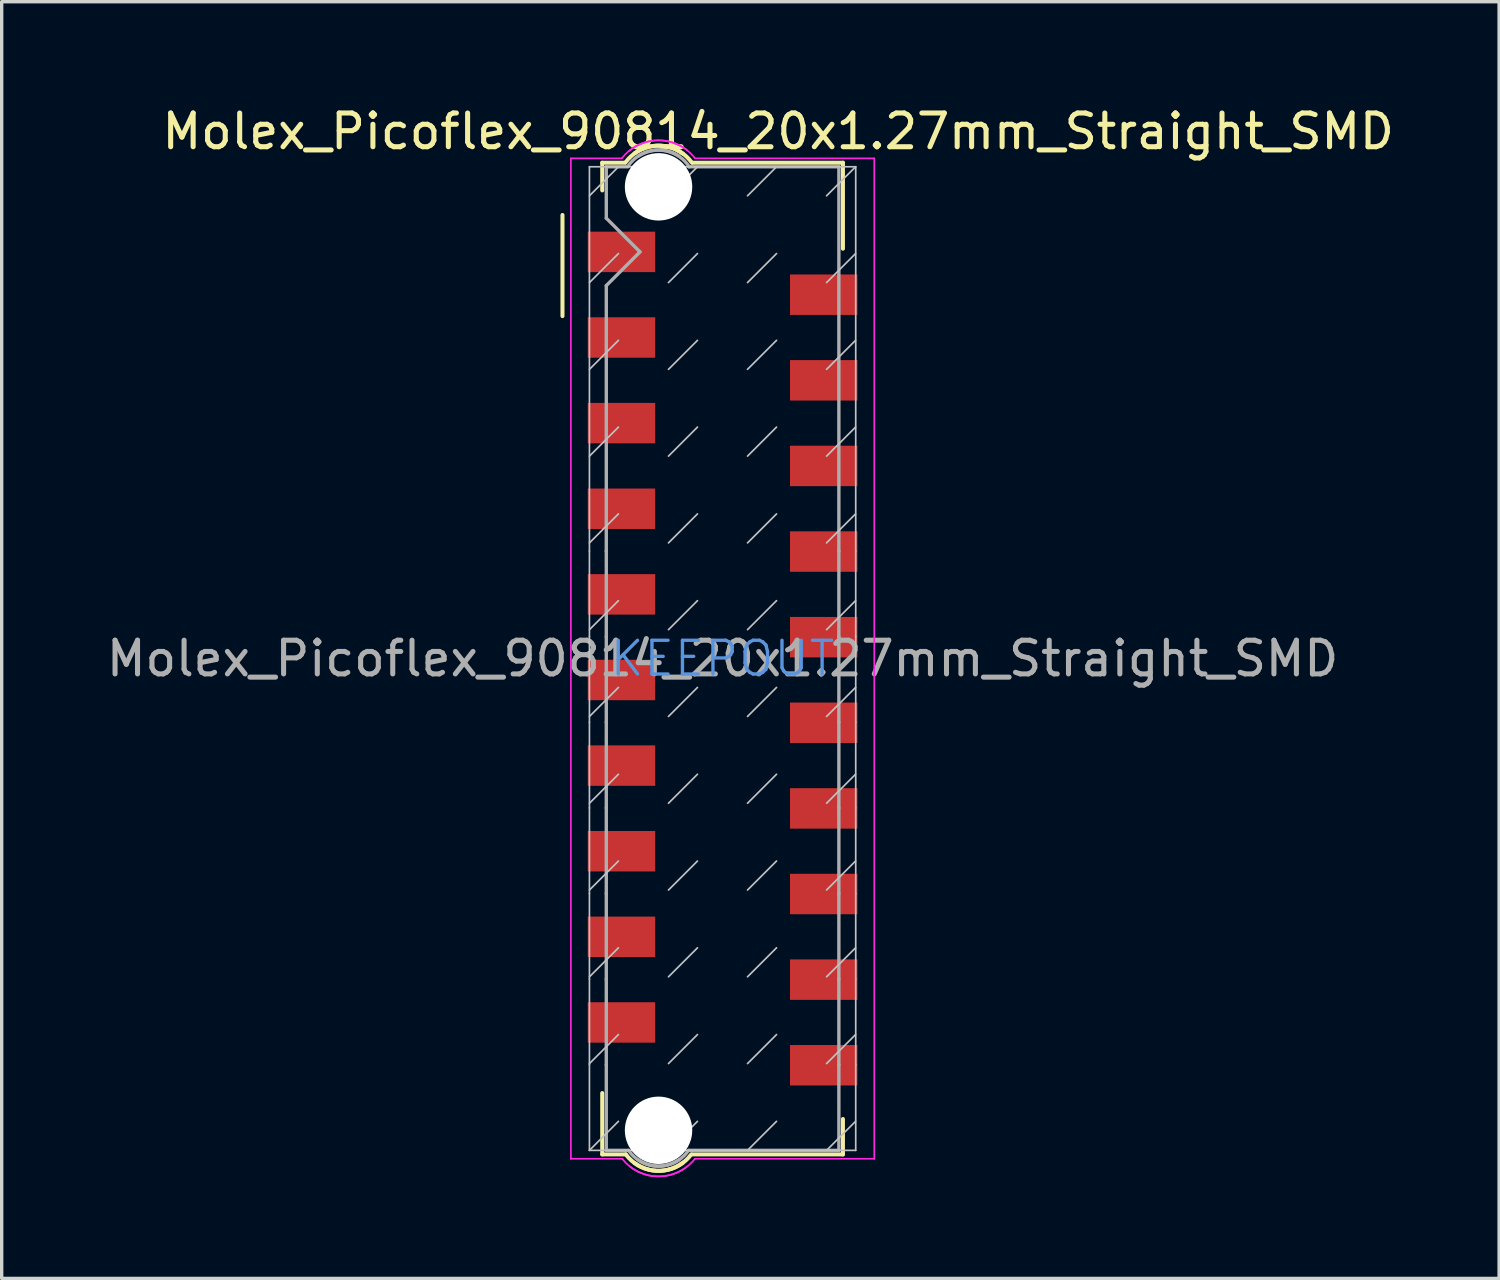
<source format=kicad_pcb>
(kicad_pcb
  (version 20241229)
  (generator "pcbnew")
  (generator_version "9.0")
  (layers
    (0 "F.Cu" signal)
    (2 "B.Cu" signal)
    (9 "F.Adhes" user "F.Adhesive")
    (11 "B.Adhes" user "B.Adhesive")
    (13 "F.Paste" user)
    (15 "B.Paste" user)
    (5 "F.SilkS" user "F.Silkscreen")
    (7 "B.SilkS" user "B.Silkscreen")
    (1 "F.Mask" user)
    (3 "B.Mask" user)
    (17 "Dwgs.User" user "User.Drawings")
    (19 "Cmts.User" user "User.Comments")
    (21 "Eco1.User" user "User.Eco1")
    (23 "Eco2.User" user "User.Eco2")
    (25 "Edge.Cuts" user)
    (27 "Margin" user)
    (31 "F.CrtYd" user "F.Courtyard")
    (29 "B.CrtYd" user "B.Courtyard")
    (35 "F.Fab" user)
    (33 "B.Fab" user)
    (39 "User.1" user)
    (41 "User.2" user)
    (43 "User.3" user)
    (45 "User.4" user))
  (footprint "Molex_Picoflex_90814_20x1.27mm_Straight_SMD"
    (layer "F.Cu")
    (at 18.387 16.488)
    (property "Reference" "Molex_Picoflex_90814_20x1.27mm_Straight_SMD" (at 1.65 -15.64 0) (layer "F.SilkS") (effects (font (size 1 1) (thickness 0.15))))
    (attr smd)
    (fp_line (start -4.75 -13.16) (end -4.75 -10.16) (stroke (width 0.12) (type solid)) (layer "F.SilkS"))
    (fp_line (start -3.57 -14.71) (end -2.89 -14.71) (stroke (width 0.12) (type solid)) (layer "F.SilkS"))
    (fp_line (start -3.57 -13.89) (end -3.57 -14.71) (stroke (width 0.12) (type solid)) (layer "F.SilkS"))
    (fp_line (start -3.57 14.71) (end -3.57 12.89) (stroke (width 0.12) (type solid)) (layer "F.SilkS"))
    (fp_line (start -2.87 14.71) (end -3.57 14.71) (stroke (width 0.12) (type solid)) (layer "F.SilkS"))
    (fp_line (start -0.89 -14.71) (end 3.57 -14.71) (stroke (width 0.12) (type solid)) (layer "F.SilkS"))
    (fp_line (start 3.57 -14.71) (end 3.57 -12.16) (stroke (width 0.12) (type solid)) (layer "F.SilkS"))
    (fp_line (start 3.57 13.66) (end 3.57 14.71) (stroke (width 0.12) (type solid)) (layer "F.SilkS"))
    (fp_line (start 3.57 14.71) (end -0.9 14.71) (stroke (width 0.12) (type solid)) (layer "F.SilkS"))
    (fp_arc (start -2.88 -14.72) (mid -2.083848 -15.202082) (end -1.18 -14.98) (stroke (width 0.12) (type solid)) (layer "F.SilkS"))
    (fp_arc (start -2.61 -14.99) (mid -1.70201 -15.202082) (end -0.91 -14.71) (stroke (width 0.12) (type solid)) (layer "F.SilkS"))
    (fp_arc (start -1.18 14.96) (mid -2.076777 15.18501) (end -2.87 14.71) (stroke (width 0.12) (type solid)) (layer "F.SilkS"))
    (fp_arc (start -0.93 14.71) (mid -1.723223 15.18501) (end -2.62 14.96) (stroke (width 0.12) (type solid)) (layer "F.SilkS"))
    (fp_line (start -3.95 -13.73) (end -3.09 -14.59) (stroke (width 0.05) (type solid)) (layer "Dwgs.User"))
    (fp_line (start -3.95 -11.155) (end -3.09 -12.015) (stroke (width 0.05) (type solid)) (layer "Dwgs.User"))
    (fp_line (start -3.95 -8.581) (end -3.09 -9.441) (stroke (width 0.05) (type solid)) (layer "Dwgs.User"))
    (fp_line (start -3.95 -6.006) (end -3.09 -6.867) (stroke (width 0.05) (type solid)) (layer "Dwgs.User"))
    (fp_line (start -3.95 -3.432) (end -3.09 -4.292) (stroke (width 0.05) (type solid)) (layer "Dwgs.User"))
    (fp_line (start -3.95 -3.19) (end -3.95 -14.59) (stroke (width 0.05) (type solid)) (layer "Dwgs.User"))
    (fp_line (start -3.95 -0.858) (end -3.09 -1.718) (stroke (width 0.05) (type solid)) (layer "Dwgs.User"))
    (fp_line (start -3.95 -0.65) (end -3.95 -3.19) (stroke (width 0.05) (type solid)) (layer "Dwgs.User"))
    (fp_line (start -3.95 1.717) (end -3.09 0.857) (stroke (width 0.05) (type solid)) (layer "Dwgs.User"))
    (fp_line (start -3.95 1.89) (end -3.95 -0.65) (stroke (width 0.05) (type solid)) (layer "Dwgs.User"))
    (fp_line (start -3.95 1.89) (end -3.95 4.43) (stroke (width 0.05) (type solid)) (layer "Dwgs.User"))
    (fp_line (start -3.95 4.292) (end -3.09 3.432) (stroke (width 0.05) (type solid)) (layer "Dwgs.User"))
    (fp_line (start -3.95 4.43) (end -3.95 6.97) (stroke (width 0.05) (type solid)) (layer "Dwgs.User"))
    (fp_line (start -3.95 6.866) (end -3.09 6.006) (stroke (width 0.05) (type solid)) (layer "Dwgs.User"))
    (fp_line (start -3.95 6.97) (end -3.95 9.51) (stroke (width 0.05) (type solid)) (layer "Dwgs.User"))
    (fp_line (start -3.95 9.441) (end -3.09 8.581) (stroke (width 0.05) (type solid)) (layer "Dwgs.User"))
    (fp_line (start -3.95 12.015) (end -3.09 11.155) (stroke (width 0.05) (type solid)) (layer "Dwgs.User"))
    (fp_line (start -3.95 12.05) (end -3.95 9.51) (stroke (width 0.05) (type solid)) (layer "Dwgs.User"))
    (fp_line (start -3.95 12.05) (end -3.95 14.59) (stroke (width 0.05) (type solid)) (layer "Dwgs.User"))
    (fp_line (start -3.95 14.589) (end -3.09 13.729) (stroke (width 0.05) (type solid)) (layer "Dwgs.User"))
    (fp_line (start -3.95 14.59) (end 3.95 14.59) (stroke (width 0.05) (type solid)) (layer "Dwgs.User"))
    (fp_line (start -1.605 -13.73) (end -0.745 -14.59) (stroke (width 0.05) (type solid)) (layer "Dwgs.User"))
    (fp_line (start -1.605 -11.155) (end -0.745 -12.015) (stroke (width 0.05) (type solid)) (layer "Dwgs.User"))
    (fp_line (start -1.605 -8.581) (end -0.745 -9.441) (stroke (width 0.05) (type solid)) (layer "Dwgs.User"))
    (fp_line (start -1.605 -6.006) (end -0.745 -6.867) (stroke (width 0.05) (type solid)) (layer "Dwgs.User"))
    (fp_line (start -1.605 -3.432) (end -0.745 -4.292) (stroke (width 0.05) (type solid)) (layer "Dwgs.User"))
    (fp_line (start -1.605 -0.858) (end -0.745 -1.718) (stroke (width 0.05) (type solid)) (layer "Dwgs.User"))
    (fp_line (start -1.605 1.717) (end -0.745 0.857) (stroke (width 0.05) (type solid)) (layer "Dwgs.User"))
    (fp_line (start -1.605 4.292) (end -0.745 3.432) (stroke (width 0.05) (type solid)) (layer "Dwgs.User"))
    (fp_line (start -1.605 6.866) (end -0.745 6.006) (stroke (width 0.05) (type solid)) (layer "Dwgs.User"))
    (fp_line (start -1.605 9.441) (end -0.745 8.581) (stroke (width 0.05) (type solid)) (layer "Dwgs.User"))
    (fp_line (start -1.605 12.015) (end -0.745 11.155) (stroke (width 0.05) (type solid)) (layer "Dwgs.User"))
    (fp_line (start -1.605 14.589) (end -0.745 13.729) (stroke (width 0.05) (type solid)) (layer "Dwgs.User"))
    (fp_line (start 0.74 -13.73) (end 1.6 -14.59) (stroke (width 0.05) (type solid)) (layer "Dwgs.User"))
    (fp_line (start 0.74 -11.155) (end 1.6 -12.015) (stroke (width 0.05) (type solid)) (layer "Dwgs.User"))
    (fp_line (start 0.74 -8.581) (end 1.6 -9.441) (stroke (width 0.05) (type solid)) (layer "Dwgs.User"))
    (fp_line (start 0.74 -6.006) (end 1.6 -6.867) (stroke (width 0.05) (type solid)) (layer "Dwgs.User"))
    (fp_line (start 0.74 -3.432) (end 1.6 -4.292) (stroke (width 0.05) (type solid)) (layer "Dwgs.User"))
    (fp_line (start 0.74 -0.858) (end 1.6 -1.718) (stroke (width 0.05) (type solid)) (layer "Dwgs.User"))
    (fp_line (start 0.74 1.717) (end 1.6 0.857) (stroke (width 0.05) (type solid)) (layer "Dwgs.User"))
    (fp_line (start 0.74 4.292) (end 1.6 3.432) (stroke (width 0.05) (type solid)) (layer "Dwgs.User"))
    (fp_line (start 0.74 6.866) (end 1.6 6.006) (stroke (width 0.05) (type solid)) (layer "Dwgs.User"))
    (fp_line (start 0.74 9.441) (end 1.6 8.581) (stroke (width 0.05) (type solid)) (layer "Dwgs.User"))
    (fp_line (start 0.74 12.015) (end 1.6 11.155) (stroke (width 0.05) (type solid)) (layer "Dwgs.User"))
    (fp_line (start 0.74 14.589) (end 1.6 13.729) (stroke (width 0.05) (type solid)) (layer "Dwgs.User"))
    (fp_line (start 3.085 -13.73) (end 3.945 -14.59) (stroke (width 0.05) (type solid)) (layer "Dwgs.User"))
    (fp_line (start 3.085 -11.155) (end 3.945 -12.015) (stroke (width 0.05) (type solid)) (layer "Dwgs.User"))
    (fp_line (start 3.085 -8.581) (end 3.945 -9.441) (stroke (width 0.05) (type solid)) (layer "Dwgs.User"))
    (fp_line (start 3.085 -6.006) (end 3.945 -6.867) (stroke (width 0.05) (type solid)) (layer "Dwgs.User"))
    (fp_line (start 3.085 -3.432) (end 3.945 -4.292) (stroke (width 0.05) (type solid)) (layer "Dwgs.User"))
    (fp_line (start 3.085 -0.858) (end 3.945 -1.718) (stroke (width 0.05) (type solid)) (layer "Dwgs.User"))
    (fp_line (start 3.085 1.717) (end 3.945 0.857) (stroke (width 0.05) (type solid)) (layer "Dwgs.User"))
    (fp_line (start 3.085 4.292) (end 3.945 3.432) (stroke (width 0.05) (type solid)) (layer "Dwgs.User"))
    (fp_line (start 3.085 6.866) (end 3.945 6.006) (stroke (width 0.05) (type solid)) (layer "Dwgs.User"))
    (fp_line (start 3.085 9.441) (end 3.945 8.581) (stroke (width 0.05) (type solid)) (layer "Dwgs.User"))
    (fp_line (start 3.085 12.015) (end 3.945 11.155) (stroke (width 0.05) (type solid)) (layer "Dwgs.User"))
    (fp_line (start 3.085 14.589) (end 3.945 13.729) (stroke (width 0.05) (type solid)) (layer "Dwgs.User"))
    (fp_line (start 3.95 -14.59) (end -3.95 -14.59) (stroke (width 0.05) (type solid)) (layer "Dwgs.User"))
    (fp_line (start 3.95 -14.59) (end 3.95 -3.19) (stroke (width 0.05) (type solid)) (layer "Dwgs.User"))
    (fp_line (start 3.95 -3.19) (end 3.95 -0.65) (stroke (width 0.05) (type solid)) (layer "Dwgs.User"))
    (fp_line (start 3.95 -0.65) (end 3.95 1.89) (stroke (width 0.05) (type solid)) (layer "Dwgs.User"))
    (fp_line (start 3.95 1.89) (end 3.95 4.43) (stroke (width 0.05) (type solid)) (layer "Dwgs.User"))
    (fp_line (start 3.95 6.97) (end 3.95 4.43) (stroke (width 0.05) (type solid)) (layer "Dwgs.User"))
    (fp_line (start 3.95 6.97) (end 3.95 9.51) (stroke (width 0.05) (type solid)) (layer "Dwgs.User"))
    (fp_line (start 3.95 12.05) (end 3.95 9.51) (stroke (width 0.05) (type solid)) (layer "Dwgs.User"))
    (fp_line (start 3.95 14.59) (end 3.95 12.05) (stroke (width 0.05) (type solid)) (layer "Dwgs.User"))
    (fp_line (start -4.5 -14.84) (end -4.5 14.84) (stroke (width 0.05) (type solid)) (layer "F.CrtYd"))
    (fp_line (start -4.5 14.84) (end -2.97 14.84) (stroke (width 0.05) (type solid)) (layer "F.CrtYd"))
    (fp_line (start -2.99 -14.84) (end -4.5 -14.84) (stroke (width 0.05) (type solid)) (layer "F.CrtYd"))
    (fp_line (start -0.82 -14.84) (end 4.5 -14.84) (stroke (width 0.05) (type solid)) (layer "F.CrtYd"))
    (fp_line (start 4.5 -14.84) (end 4.5 14.84) (stroke (width 0.05) (type solid)) (layer "F.CrtYd"))
    (fp_line (start 4.5 14.84) (end -0.82 14.84) (stroke (width 0.05) (type solid)) (layer "F.CrtYd"))
    (fp_arc (start -2.99 -14.84) (mid -2.076777 -15.364716) (end -1.06 -15.09) (stroke (width 0.05) (type solid)) (layer "F.CrtYd"))
    (fp_arc (start -2.76 -15.07) (mid -1.751508 -15.364716) (end -0.83 -14.86) (stroke (width 0.05) (type solid)) (layer "F.CrtYd"))
    (fp_arc (start -1.04 15.06) (mid -2.048492 15.354716) (end -2.97 14.85) (stroke (width 0.05) (type solid)) (layer "F.CrtYd"))
    (fp_arc (start -0.82 14.84) (mid -1.737365 15.354716) (end -2.75 15.07) (stroke (width 0.05) (type solid)) (layer "F.CrtYd"))
    (fp_line (start -3.45 -14.59) (end -3.45 -13.065) (stroke (width 0.1) (type solid)) (layer "F.Fab"))
    (fp_line (start -3.45 -14.59) (end -2.81 -14.59) (stroke (width 0.1) (type solid)) (layer "F.Fab"))
    (fp_line (start -3.45 -11.065) (end -2.45 -12.065) (stroke (width 0.1) (type solid)) (layer "F.Fab"))
    (fp_line (start -3.45 -3.19) (end -3.45 -11.065) (stroke (width 0.1) (type solid)) (layer "F.Fab"))
    (fp_line (start -3.45 -3.19) (end -3.45 -0.65) (stroke (width 0.1) (type solid)) (layer "F.Fab"))
    (fp_line (start -3.45 -0.65) (end -3.45 1.89) (stroke (width 0.1) (type solid)) (layer "F.Fab"))
    (fp_line (start -3.45 1.89) (end -3.45 4.43) (stroke (width 0.1) (type solid)) (layer "F.Fab"))
    (fp_line (start -3.45 4.43) (end -3.45 6.97) (stroke (width 0.1) (type solid)) (layer "F.Fab"))
    (fp_line (start -3.45 6.97) (end -3.45 9.51) (stroke (width 0.1) (type solid)) (layer "F.Fab"))
    (fp_line (start -3.45 9.51) (end -3.45 12.05) (stroke (width 0.1) (type solid)) (layer "F.Fab"))
    (fp_line (start -3.45 12.05) (end -3.45 14.59) (stroke (width 0.1) (type solid)) (layer "F.Fab"))
    (fp_line (start -3.45 14.59) (end -2.79 14.59) (stroke (width 0.1) (type solid)) (layer "F.Fab"))
    (fp_line (start -2.45 -12.065) (end -3.45 -13.065) (stroke (width 0.1) (type solid)) (layer "F.Fab"))
    (fp_line (start -1 -14.59) (end 3.45 -14.59) (stroke (width 0.1) (type solid)) (layer "F.Fab"))
    (fp_line (start 3.45 -14.59) (end 3.45 -3.19) (stroke (width 0.1) (type solid)) (layer "F.Fab"))
    (fp_line (start 3.45 -3.19) (end 3.45 -0.65) (stroke (width 0.1) (type solid)) (layer "F.Fab"))
    (fp_line (start 3.45 -0.65) (end 3.45 1.89) (stroke (width 0.1) (type solid)) (layer "F.Fab"))
    (fp_line (start 3.45 1.89) (end 3.45 4.43) (stroke (width 0.1) (type solid)) (layer "F.Fab"))
    (fp_line (start 3.45 4.43) (end 3.45 6.97) (stroke (width 0.1) (type solid)) (layer "F.Fab"))
    (fp_line (start 3.45 6.97) (end 3.45 9.51) (stroke (width 0.1) (type solid)) (layer "F.Fab"))
    (fp_line (start 3.45 9.51) (end 3.45 12.05) (stroke (width 0.1) (type solid)) (layer "F.Fab"))
    (fp_line (start 3.45 12.05) (end 3.45 14.59) (stroke (width 0.1) (type solid)) (layer "F.Fab"))
    (fp_line (start 3.45 14.59) (end -1 14.59) (stroke (width 0.1) (type solid)) (layer "F.Fab"))
    (fp_arc (start -2.81 -14.6) (mid -2.119203 -15.067731) (end -1.3 -14.91) (stroke (width 0.1) (type solid)) (layer "F.Fab"))
    (fp_arc (start -2.49 -14.91) (mid -1.673726 -15.06066) (end -0.99 -14.59) (stroke (width 0.1) (type solid)) (layer "F.Fab"))
    (fp_arc (start -1.29 14.87) (mid -2.09799 15.04066) (end -2.79 14.59) (stroke (width 0.1) (type solid)) (layer "F.Fab"))
    (fp_arc (start -1.01 14.59) (mid -1.70201 15.04066) (end -2.51 14.87) (stroke (width 0.1) (type solid)) (layer "F.Fab"))
    (fp_text user "KEEPOUT" (at 0 0 0) (layer "Cmts.User") (effects (font (size 1 1) (thickness 0.1))))
    (fp_text user "${REFERENCE}" (at 0 0 0) (layer "F.Fab") (effects (font (size 1 1) (thickness 0.15))))
    (pad "" np_thru_hole circle (at -1.9 -13.995) (size 2 2) (drill 2) (layers "*.Cu" "*.Mask"))
    (pad "" np_thru_hole circle (at -1.9 13.995) (size 2 2) (drill 2) (layers "*.Cu" "*.Mask"))
    (pad "1" smd rect (at -3 -12.065) (size 2 1.2) (layers "F.Cu" "F.Mask" "F.Paste"))
    (pad "2" smd rect (at 3 -10.795) (size 2 1.2) (layers "F.Cu" "F.Mask" "F.Paste"))
    (pad "3" smd rect (at -3 -9.525) (size 2 1.2) (layers "F.Cu" "F.Mask" "F.Paste"))
    (pad "4" smd rect (at 3 -8.255) (size 2 1.2) (layers "F.Cu" "F.Mask" "F.Paste"))
    (pad "5" smd rect (at -3 -6.985) (size 2 1.2) (layers "F.Cu" "F.Mask" "F.Paste"))
    (pad "6" smd rect (at 3 -5.715) (size 2 1.2) (layers "F.Cu" "F.Mask" "F.Paste"))
    (pad "7" smd rect (at -3 -4.445) (size 2 1.2) (layers "F.Cu" "F.Mask" "F.Paste"))
    (pad "8" smd rect (at 3 -3.175) (size 2 1.2) (layers "F.Cu" "F.Mask" "F.Paste"))
    (pad "9" smd rect (at -3 -1.905) (size 2 1.2) (layers "F.Cu" "F.Mask" "F.Paste"))
    (pad "10" smd rect (at 3 -0.635) (size 2 1.2) (layers "F.Cu" "F.Mask" "F.Paste"))
    (pad "11" smd rect (at -3 0.635) (size 2 1.2) (layers "F.Cu" "F.Mask" "F.Paste"))
    (pad "12" smd rect (at 3 1.905) (size 2 1.2) (layers "F.Cu" "F.Mask" "F.Paste"))
    (pad "13" smd rect (at -3 3.175) (size 2 1.2) (layers "F.Cu" "F.Mask" "F.Paste"))
    (pad "14" smd rect (at 3 4.445) (size 2 1.2) (layers "F.Cu" "F.Mask" "F.Paste"))
    (pad "15" smd rect (at -3 5.715) (size 2 1.2) (layers "F.Cu" "F.Mask" "F.Paste"))
    (pad "16" smd rect (at 3 6.985) (size 2 1.2) (layers "F.Cu" "F.Mask" "F.Paste"))
    (pad "17" smd rect (at -3 8.255) (size 2 1.2) (layers "F.Cu" "F.Mask" "F.Paste"))
    (pad "18" smd rect (at 3 9.525) (size 2 1.2) (layers "F.Cu" "F.Mask" "F.Paste"))
    (pad "19" smd rect (at -3 10.795) (size 2 1.2) (layers "F.Cu" "F.Mask" "F.Paste"))
    (pad "20" smd rect (at 3 12.065) (size 2 1.2) (layers "F.Cu" "F.Mask" "F.Paste")))
  (gr_rect
    (start -3 -3)
    (end 41.424 34.878)
    (stroke (width 0.1) (type default))
    (fill no)
    (layer "Edge.Cuts")))
</source>
